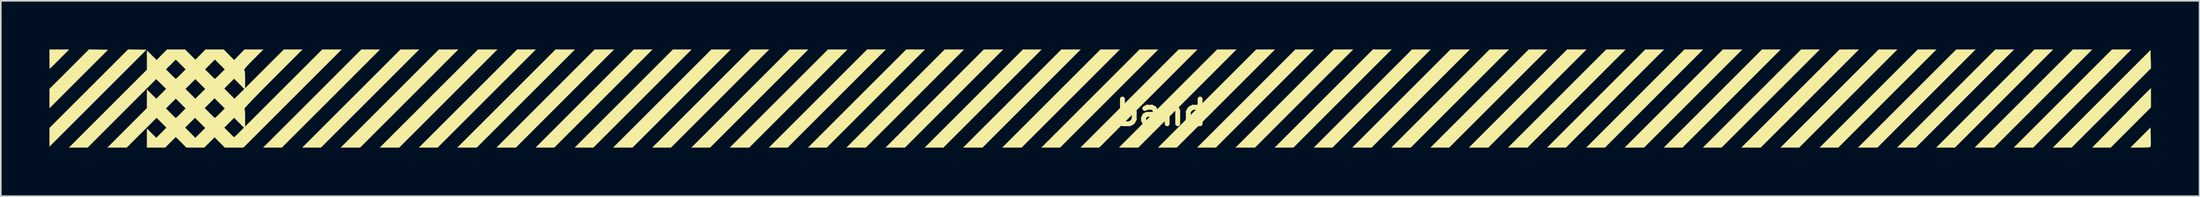
<source format=kicad_pcb>
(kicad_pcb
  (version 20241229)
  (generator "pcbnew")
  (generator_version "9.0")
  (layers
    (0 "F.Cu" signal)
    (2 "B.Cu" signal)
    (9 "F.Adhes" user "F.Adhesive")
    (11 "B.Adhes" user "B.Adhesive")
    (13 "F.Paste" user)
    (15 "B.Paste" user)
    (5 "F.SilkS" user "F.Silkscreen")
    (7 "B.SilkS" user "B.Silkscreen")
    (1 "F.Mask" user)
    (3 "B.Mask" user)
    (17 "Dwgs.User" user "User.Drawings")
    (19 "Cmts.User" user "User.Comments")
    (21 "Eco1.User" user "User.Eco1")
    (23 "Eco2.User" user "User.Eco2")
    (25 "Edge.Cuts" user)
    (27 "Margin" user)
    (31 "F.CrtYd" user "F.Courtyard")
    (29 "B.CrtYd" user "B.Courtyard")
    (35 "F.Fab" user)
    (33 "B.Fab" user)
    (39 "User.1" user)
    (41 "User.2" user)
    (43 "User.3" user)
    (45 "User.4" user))
  (footprint "band"
    (layer "F.Cu")
    (at 68.585 3.902)
    (property "Reference" "band" (at 0 0 0) (layer "F.SilkS") (effects (font (size 1.524 1.524) (thickness 0.3))))
    (attr through_hole)
    (fp_poly (pts (xy -44.64 2.159) (xy -45.783 2.159) (xy -39.73 -3.895) (xy -38.587 -3.895) (xy -44.64 2.159)) (stroke (width 0.01) (type solid)) (fill yes) (layer "F.SilkS"))
    (fp_poly (pts (xy -42.227 2.159) (xy -43.413 2.159) (xy -37.359 -3.895) (xy -36.174 -3.895) (xy -42.227 2.159)) (stroke (width 0.01) (type solid)) (fill yes) (layer "F.SilkS"))
    (fp_poly (pts (xy -39.814 2.159) (xy -41 2.159) (xy -34.946 -3.895) (xy -33.761 -3.895) (xy -39.814 2.159)) (stroke (width 0.01) (type solid)) (fill yes) (layer "F.SilkS"))
    (fp_poly (pts (xy -37.444 2.159) (xy -38.587 2.159) (xy -32.533 -3.895) (xy -31.39 -3.895) (xy -37.444 2.159)) (stroke (width 0.01) (type solid)) (fill yes) (layer "F.SilkS"))
    (fp_poly (pts (xy -35.031 2.159) (xy -36.174 2.159) (xy -30.12 -3.895) (xy -28.977 -3.895) (xy -35.031 2.159)) (stroke (width 0.01) (type solid)) (fill yes) (layer "F.SilkS"))
    (fp_poly (pts (xy -23.05 2.159) (xy -24.193 2.159) (xy -18.14 -3.895) (xy -16.997 -3.895) (xy -23.05 2.159)) (stroke (width 0.01) (type solid)) (fill yes) (layer "F.SilkS"))
    (fp_poly (pts (xy -20.637 2.159) (xy -21.78 2.159) (xy -15.727 -3.895) (xy -14.584 -3.895) (xy -20.637 2.159)) (stroke (width 0.01) (type solid)) (fill yes) (layer "F.SilkS"))
    (fp_poly (pts (xy -18.224 2.159) (xy -19.41 2.159) (xy -13.356 -3.895) (xy -12.171 -3.895) (xy -18.224 2.159)) (stroke (width 0.01) (type solid)) (fill yes) (layer "F.SilkS"))
    (fp_poly (pts (xy -15.811 2.159) (xy -16.997 2.159) (xy -10.943 -3.895) (xy -9.758 -3.895) (xy -15.811 2.159)) (stroke (width 0.01) (type solid)) (fill yes) (layer "F.SilkS"))
    (fp_poly (pts (xy -13.441 2.159) (xy -14.584 2.159) (xy -8.53 -3.895) (xy -7.387 -3.895) (xy -13.441 2.159)) (stroke (width 0.01) (type solid)) (fill yes) (layer "F.SilkS"))
    (fp_poly (pts (xy 0.953 2.159) (xy -0.19 2.159) (xy 5.863 -3.895) (xy 7.006 -3.895) (xy 0.953 2.159)) (stroke (width 0.01) (type solid)) (fill yes) (layer "F.SilkS"))
    (fp_poly (pts (xy 3.366 2.159) (xy 2.223 2.159) (xy 8.276 -3.895) (xy 9.419 -3.895) (xy 3.366 2.159)) (stroke (width 0.01) (type solid)) (fill yes) (layer "F.SilkS"))
    (fp_poly (pts (xy 5.779 2.159) (xy 4.593 2.159) (xy 10.647 -3.895) (xy 11.832 -3.895) (xy 5.779 2.159)) (stroke (width 0.01) (type solid)) (fill yes) (layer "F.SilkS"))
    (fp_poly (pts (xy 8.149 2.159) (xy 7.006 2.159) (xy 13.06 -3.895) (xy 14.203 -3.895) (xy 8.149 2.159)) (stroke (width 0.01) (type solid)) (fill yes) (layer "F.SilkS"))
    (fp_poly (pts (xy 10.562 2.159) (xy 9.419 2.159) (xy 15.473 -3.895) (xy 16.616 -3.895) (xy 10.562 2.159)) (stroke (width 0.01) (type solid)) (fill yes) (layer "F.SilkS"))
    (fp_poly (pts (xy 24.956 2.159) (xy 23.813 2.159) (xy 29.866 -3.895) (xy 31.009 -3.895) (xy 24.956 2.159)) (stroke (width 0.01) (type solid)) (fill yes) (layer "F.SilkS"))
    (fp_poly (pts (xy 27.369 2.159) (xy 26.226 2.159) (xy 32.279 -3.895) (xy 33.422 -3.895) (xy 27.369 2.159)) (stroke (width 0.01) (type solid)) (fill yes) (layer "F.SilkS"))
    (fp_poly (pts (xy 29.782 2.159) (xy 28.596 2.159) (xy 34.65 -3.895) (xy 35.835 -3.895) (xy 29.782 2.159)) (stroke (width 0.01) (type solid)) (fill yes) (layer "F.SilkS"))
    (fp_poly (pts (xy 32.152 2.159) (xy 31.009 2.159) (xy 37.063 -3.895) (xy 38.206 -3.895) (xy 32.152 2.159)) (stroke (width 0.01) (type solid)) (fill yes) (layer "F.SilkS"))
    (fp_poly (pts (xy 34.565 2.159) (xy 33.422 2.159) (xy 39.476 -3.895) (xy 40.619 -3.895) (xy 34.565 2.159)) (stroke (width 0.01) (type solid)) (fill yes) (layer "F.SilkS"))
    (fp_poly (pts (xy 46.546 2.159) (xy 45.403 2.159) (xy 51.456 -3.895) (xy 52.599 -3.895) (xy 46.546 2.159)) (stroke (width 0.01) (type solid)) (fill yes) (layer "F.SilkS"))
    (fp_poly (pts (xy 48.959 2.159) (xy 47.816 2.159) (xy 53.869 -3.895) (xy 55.012 -3.895) (xy 48.959 2.159)) (stroke (width 0.01) (type solid)) (fill yes) (layer "F.SilkS"))
    (fp_poly (pts (xy 51.372 2.159) (xy 50.186 2.159) (xy 56.24 -3.895) (xy 57.425 -3.895) (xy 51.372 2.159)) (stroke (width 0.01) (type solid)) (fill yes) (layer "F.SilkS"))
    (fp_poly (pts (xy 53.785 2.159) (xy 52.599 2.159) (xy 58.653 -3.895) (xy 59.838 -3.895) (xy 53.785 2.159)) (stroke (width 0.01) (type solid)) (fill yes) (layer "F.SilkS"))
    (fp_poly (pts (xy -46.397 -0.868) (xy -49.424 2.159) (xy -50.609 2.159) (xy -44.556 -3.895) (xy -43.371 -3.895) (xy -46.397 -0.868)) (stroke (width 0.01) (type solid)) (fill yes) (layer "F.SilkS"))
    (fp_poly (pts (xy -43.984 -0.868) (xy -47.011 2.159) (xy -48.196 2.159) (xy -42.143 -3.895) (xy -40.958 -3.895) (xy -43.984 -0.868)) (stroke (width 0.01) (type solid)) (fill yes) (layer "F.SilkS"))
    (fp_poly (pts (xy -32.618 2.159) (xy -33.803 2.159) (xy -30.776 -0.868) (xy -27.75 -3.895) (xy -26.564 -3.895) (xy -32.618 2.159)) (stroke (width 0.01) (type solid)) (fill yes) (layer "F.SilkS"))
    (fp_poly (pts (xy -22.394 -0.868) (xy -25.421 2.159) (xy -26.606 2.159) (xy -20.553 -3.895) (xy -19.368 -3.895) (xy -22.394 -0.868)) (stroke (width 0.01) (type solid)) (fill yes) (layer "F.SilkS"))
    (fp_poly (pts (xy -11.028 2.159) (xy -12.213 2.159) (xy -9.186 -0.868) (xy -6.16 -3.895) (xy -4.974 -3.895) (xy -11.028 2.159)) (stroke (width 0.01) (type solid)) (fill yes) (layer "F.SilkS"))
    (fp_poly (pts (xy -8.615 2.159) (xy -9.8 2.159) (xy -6.773 -0.868) (xy -3.747 -3.895) (xy -2.561 -3.895) (xy -8.615 2.159)) (stroke (width 0.01) (type solid)) (fill yes) (layer "F.SilkS"))
    (fp_poly (pts (xy 1.609 -0.868) (xy -1.418 2.159) (xy -2.603 2.159) (xy 3.45 -3.895) (xy 4.635 -3.895) (xy 1.609 -0.868)) (stroke (width 0.01) (type solid)) (fill yes) (layer "F.SilkS"))
    (fp_poly (pts (xy 12.975 2.159) (xy 11.79 2.159) (xy 14.817 -0.868) (xy 17.843 -3.895) (xy 19.029 -3.895) (xy 12.975 2.159)) (stroke (width 0.01) (type solid)) (fill yes) (layer "F.SilkS"))
    (fp_poly (pts (xy 15.388 2.159) (xy 14.203 2.159) (xy 17.23 -0.868) (xy 20.256 -3.895) (xy 21.442 -3.895) (xy 15.388 2.159)) (stroke (width 0.01) (type solid)) (fill yes) (layer "F.SilkS"))
    (fp_poly (pts (xy 23.199 -0.868) (xy 20.172 2.159) (xy 18.987 2.159) (xy 25.04 -3.895) (xy 26.225 -3.895) (xy 23.199 -0.868)) (stroke (width 0.01) (type solid)) (fill yes) (layer "F.SilkS"))
    (fp_poly (pts (xy 25.612 -0.868) (xy 22.585 2.159) (xy 21.4 2.159) (xy 27.453 -3.895) (xy 28.638 -3.895) (xy 25.612 -0.868)) (stroke (width 0.01) (type solid)) (fill yes) (layer "F.SilkS"))
    (fp_poly (pts (xy 36.978 2.159) (xy 35.793 2.159) (xy 38.82 -0.868) (xy 41.846 -3.895) (xy 43.032 -3.895) (xy 36.978 2.159)) (stroke (width 0.01) (type solid)) (fill yes) (layer "F.SilkS"))
    (fp_poly (pts (xy 47.202 -0.868) (xy 44.175 2.159) (xy 42.99 2.159) (xy 49.043 -3.895) (xy 50.228 -3.895) (xy 47.202 -0.868)) (stroke (width 0.01) (type solid)) (fill yes) (layer "F.SilkS"))
    (fp_poly (pts (xy -64.981 -3.873) (xy -66.781 -2.075) (xy -68.58 -0.276) (xy -68.58 -1.461) (xy -67.361 -2.679) (xy -66.143 -3.897) (xy -64.981 -3.873)) (stroke (width 0.01) (type solid)) (fill yes) (layer "F.SilkS"))
    (fp_poly (pts (xy -51.223 -0.868) (xy -54.25 2.159) (xy -55.393 2.159) (xy -52.366 -0.868) (xy -49.34 -3.895) (xy -48.197 -3.895) (xy -51.223 -0.868)) (stroke (width 0.01) (type solid)) (fill yes) (layer "F.SilkS"))
    (fp_poly (pts (xy -48.81 -0.868) (xy -51.837 2.159) (xy -52.98 2.159) (xy -49.953 -0.868) (xy -46.927 -3.895) (xy -45.784 -3.895) (xy -48.81 -0.868)) (stroke (width 0.01) (type solid)) (fill yes) (layer "F.SilkS"))
    (fp_poly (pts (xy -27.22 -0.868) (xy -30.247 2.159) (xy -31.39 2.159) (xy -28.363 -0.868) (xy -25.337 -3.895) (xy -24.194 -3.895) (xy -27.22 -0.868)) (stroke (width 0.01) (type solid)) (fill yes) (layer "F.SilkS"))
    (fp_poly (pts (xy -24.807 -0.868) (xy -27.834 2.159) (xy -28.977 2.159) (xy -25.95 -0.868) (xy -22.924 -3.895) (xy -21.781 -3.895) (xy -24.807 -0.868)) (stroke (width 0.01) (type solid)) (fill yes) (layer "F.SilkS"))
    (fp_poly (pts (xy -3.217 -0.868) (xy -6.244 2.159) (xy -7.387 2.159) (xy -4.36 -0.868) (xy -1.334 -3.895) (xy -0.191 -3.895) (xy -3.217 -0.868)) (stroke (width 0.01) (type solid)) (fill yes) (layer "F.SilkS"))
    (fp_poly (pts (xy -0.804 -0.868) (xy -3.831 2.159) (xy -4.974 2.159) (xy -1.947 -0.868) (xy 1.079 -3.895) (xy 2.222 -3.895) (xy -0.804 -0.868)) (stroke (width 0.01) (type solid)) (fill yes) (layer "F.SilkS"))
    (fp_poly (pts (xy 20.786 -0.868) (xy 17.759 2.159) (xy 16.616 2.159) (xy 19.643 -0.868) (xy 22.669 -3.895) (xy 23.812 -3.895) (xy 20.786 -0.868)) (stroke (width 0.01) (type solid)) (fill yes) (layer "F.SilkS"))
    (fp_poly (pts (xy 42.376 -0.868) (xy 39.349 2.159) (xy 38.206 2.159) (xy 41.233 -0.868) (xy 44.259 -3.895) (xy 45.402 -3.895) (xy 42.376 -0.868)) (stroke (width 0.01) (type solid)) (fill yes) (layer "F.SilkS"))
    (fp_poly (pts (xy 44.789 -0.868) (xy 41.762 2.159) (xy 40.619 2.159) (xy 43.646 -0.868) (xy 46.672 -3.895) (xy 47.815 -3.895) (xy 44.789 -0.868)) (stroke (width 0.01) (type solid)) (fill yes) (layer "F.SilkS"))
    (fp_poly (pts (xy -63.17 -3.885) (xy -62.611 -3.873) (xy -65.595 -0.889) (xy -68.58 2.095) (xy -68.58 0.952) (xy -66.155 -1.473) (xy -63.73 -3.897) (xy -63.17 -3.885)) (stroke (width 0.01) (type solid)) (fill yes) (layer "F.SilkS"))
    (fp_poly (pts (xy 61.035 -3.293) (xy 61.047 -2.733) (xy 58.601 -0.287) (xy 56.155 2.159) (xy 55.012 2.159) (xy 58.018 -0.847) (xy 61.023 -3.853) (xy 61.035 -3.293)) (stroke (width 0.01) (type solid)) (fill yes) (layer "F.SilkS"))
    (fp_poly (pts (xy 61.035 1.489) (xy 61.038 1.702) (xy 61.038 1.886) (xy 61.034 2.024) (xy 61.028 2.099) (xy 61.026 2.104) (xy 60.995 2.127) (xy 60.916 2.143) (xy 60.779 2.153) (xy 60.574 2.158) (xy 60.401 2.159) (xy 59.797 2.159) (xy 61.023 0.93) (xy 61.035 1.489)) (stroke (width 0.01) (type solid)) (fill yes) (layer "F.SilkS"))
    (fp_poly (pts (xy -67.966 -3.302) (xy -68.148 -3.121) (xy -68.308 -2.962) (xy -68.437 -2.834) (xy -68.527 -2.748) (xy -68.567 -2.71) (xy -68.569 -2.709) (xy -68.573 -2.749) (xy -68.576 -2.858) (xy -68.579 -3.022) (xy -68.58 -3.225) (xy -68.58 -3.302) (xy -68.58 -3.895) (xy -67.375 -3.895) (xy -67.966 -3.302)) (stroke (width 0.01) (type solid)) (fill yes) (layer "F.SilkS"))
    (fp_poly (pts (xy 61.045 -0.317) (xy 58.568 2.159) (xy 57.436 2.159) (xy 59.004 0.561) (xy 59.312 0.247) (xy 59.609 -0.055) (xy 59.889 -0.339) (xy 60.144 -0.598) (xy 60.368 -0.826) (xy 60.556 -1.015) (xy 60.699 -1.159) (xy 60.791 -1.251) (xy 60.808 -1.269) (xy 61.045 -1.5) (xy 61.045 -0.317)) (stroke (width 0.01) (type solid)) (fill yes) (layer "F.SilkS"))
    (fp_poly (pts (xy -59.582 -3.26) (xy -58.951 -3.895) (xy -57.838 -3.895) (xy -57.515 -3.567) (xy -57.192 -3.239) (xy -56.547 -3.895) (xy -55.394 -3.895) (xy -56.006 -3.282) (xy -56.22 -3.066) (xy -56.377 -2.901) (xy -56.485 -2.78) (xy -56.548 -2.697) (xy -56.573 -2.644) (xy -56.567 -2.617) (xy -56.541 -2.55) (xy -56.524 -2.407) (xy -56.516 -2.184) (xy -56.515 -2.034) (xy -56.515 -1.503) (xy -55.319 -2.699) (xy -54.123 -3.895) (xy -52.981 -3.895) (xy -54.795 -2.08) (xy -55.159 -1.714) (xy -55.49 -1.38) (xy -55.782 -1.082) (xy -56.034 -0.822) (xy -56.241 -0.606) (xy -56.399 -0.435) (xy -56.506 -0.315) (xy -56.558 -0.248) (xy -56.562 -0.236) (xy -56.54 -0.178) (xy -56.524 -0.04) (xy -56.516 0.176) (xy -56.515 0.33) (xy -56.515 0.868) (xy -54.134 -1.514) (xy -51.752 -3.895) (xy -50.567 -3.895) (xy -56.621 2.159) (xy -57.766 2.159) (xy -58.081 1.841) (xy -58.397 1.524) (xy -58.716 1.841) (xy -59.036 2.159) (xy -60.133 2.159) (xy -60.791 1.505) (xy -61.449 2.159) (xy -62.569 2.159) (xy -62.569 0.997) (xy -62.282 1.282) (xy -61.995 1.566) (xy -61.679 1.248) (xy -61.364 0.931) (xy -60.218 0.931) (xy -59.586 1.566) (xy -59.278 1.26) (xy -58.97 0.954) (xy -58.993 0.931) (xy -57.805 0.931) (xy -57.51 1.227) (xy -57.383 1.353) (xy -57.279 1.452) (xy -57.21 1.512) (xy -57.192 1.524) (xy -57.154 1.496) (xy -57.071 1.42) (xy -56.957 1.31) (xy -56.874 1.227) (xy -56.58 0.931) (xy -57.192 0.318) (xy -57.498 0.624) (xy -57.805 0.931) (xy -58.993 0.931) (xy -59.287 0.636) (xy -59.605 0.318) (xy -60.218 0.931) (xy -61.364 0.931) (xy -61.67 0.624) (xy -61.976 0.318) (xy -63.818 2.159) (xy -65.002 2.159) (xy -63.785 0.942) (xy -62.59 -0.255) (xy -61.403 -0.255) (xy -61.109 0.042) (xy -60.982 0.168) (xy -60.877 0.267) (xy -60.809 0.327) (xy -60.791 0.339) (xy -60.753 0.311) (xy -60.67 0.235) (xy -60.555 0.124) (xy -60.473 0.042) (xy -60.178 -0.255) (xy -60.201 -0.277) (xy -59.013 -0.277) (xy -58.707 0.031) (xy -58.577 0.159) (xy -58.47 0.261) (xy -58.399 0.324) (xy -58.378 0.339) (xy -58.34 0.311) (xy -58.257 0.235) (xy -58.142 0.124) (xy -58.06 0.042) (xy -57.766 -0.254) (xy -58.397 -0.889) (xy -58.705 -0.583) (xy -59.013 -0.277) (xy -60.201 -0.277) (xy -60.791 -0.867) (xy -61.403 -0.255) (xy -62.59 -0.255) (xy -62.569 -0.276) (xy -62.569 -1.416) (xy -62.282 -1.131) (xy -61.995 -0.847) (xy -61.689 -1.155) (xy -61.383 -1.463) (xy -60.198 -1.463) (xy -59.586 -0.847) (xy -59.278 -1.153) (xy -58.97 -1.458) (xy -58.994 -1.482) (xy -57.805 -1.482) (xy -57.173 -0.847) (xy -56.865 -1.153) (xy -56.557 -1.459) (xy -56.874 -1.777) (xy -57.192 -2.095) (xy -57.805 -1.482) (xy -58.994 -1.482) (xy -59.276 -1.766) (xy -59.582 -2.074) (xy -59.89 -1.768) (xy -60.198 -1.463) (xy -61.383 -1.463) (xy -61.998 -2.073) (xy -64.114 0.043) (xy -66.23 2.159) (xy -67.373 2.159) (xy -64.971 -0.244) (xy -62.569 -2.646) (xy -62.569 -2.668) (xy -61.403 -2.668) (xy -61.109 -2.371) (xy -60.982 -2.245) (xy -60.877 -2.146) (xy -60.809 -2.086) (xy -60.791 -2.074) (xy -60.753 -2.102) (xy -60.67 -2.178) (xy -60.555 -2.289) (xy -60.473 -2.371) (xy -60.178 -2.668) (xy -58.99 -2.668) (xy -58.696 -2.371) (xy -58.569 -2.245) (xy -58.464 -2.146) (xy -58.396 -2.086) (xy -58.378 -2.074) (xy -58.34 -2.102) (xy -58.257 -2.178) (xy -58.142 -2.289) (xy -58.06 -2.371) (xy -57.765 -2.668) (xy -58.378 -3.28) (xy -58.99 -2.668) (xy -60.178 -2.668) (xy -60.791 -3.28) (xy -61.403 -2.668) (xy -62.569 -2.668) (xy -62.569 -3.829) (xy -61.973 -3.239) (xy -61.652 -3.567) (xy -61.331 -3.895) (xy -60.221 -3.895) (xy -59.582 -3.26)) (stroke (width 0.01) (type solid)) (fill yes) (layer "F.SilkS")))
  (gr_rect
    (start -3 -3)
    (end 132.637 9.066)
    (stroke (width 0.1) (type default))
    (fill no)
    (layer "Edge.Cuts")))
</source>
